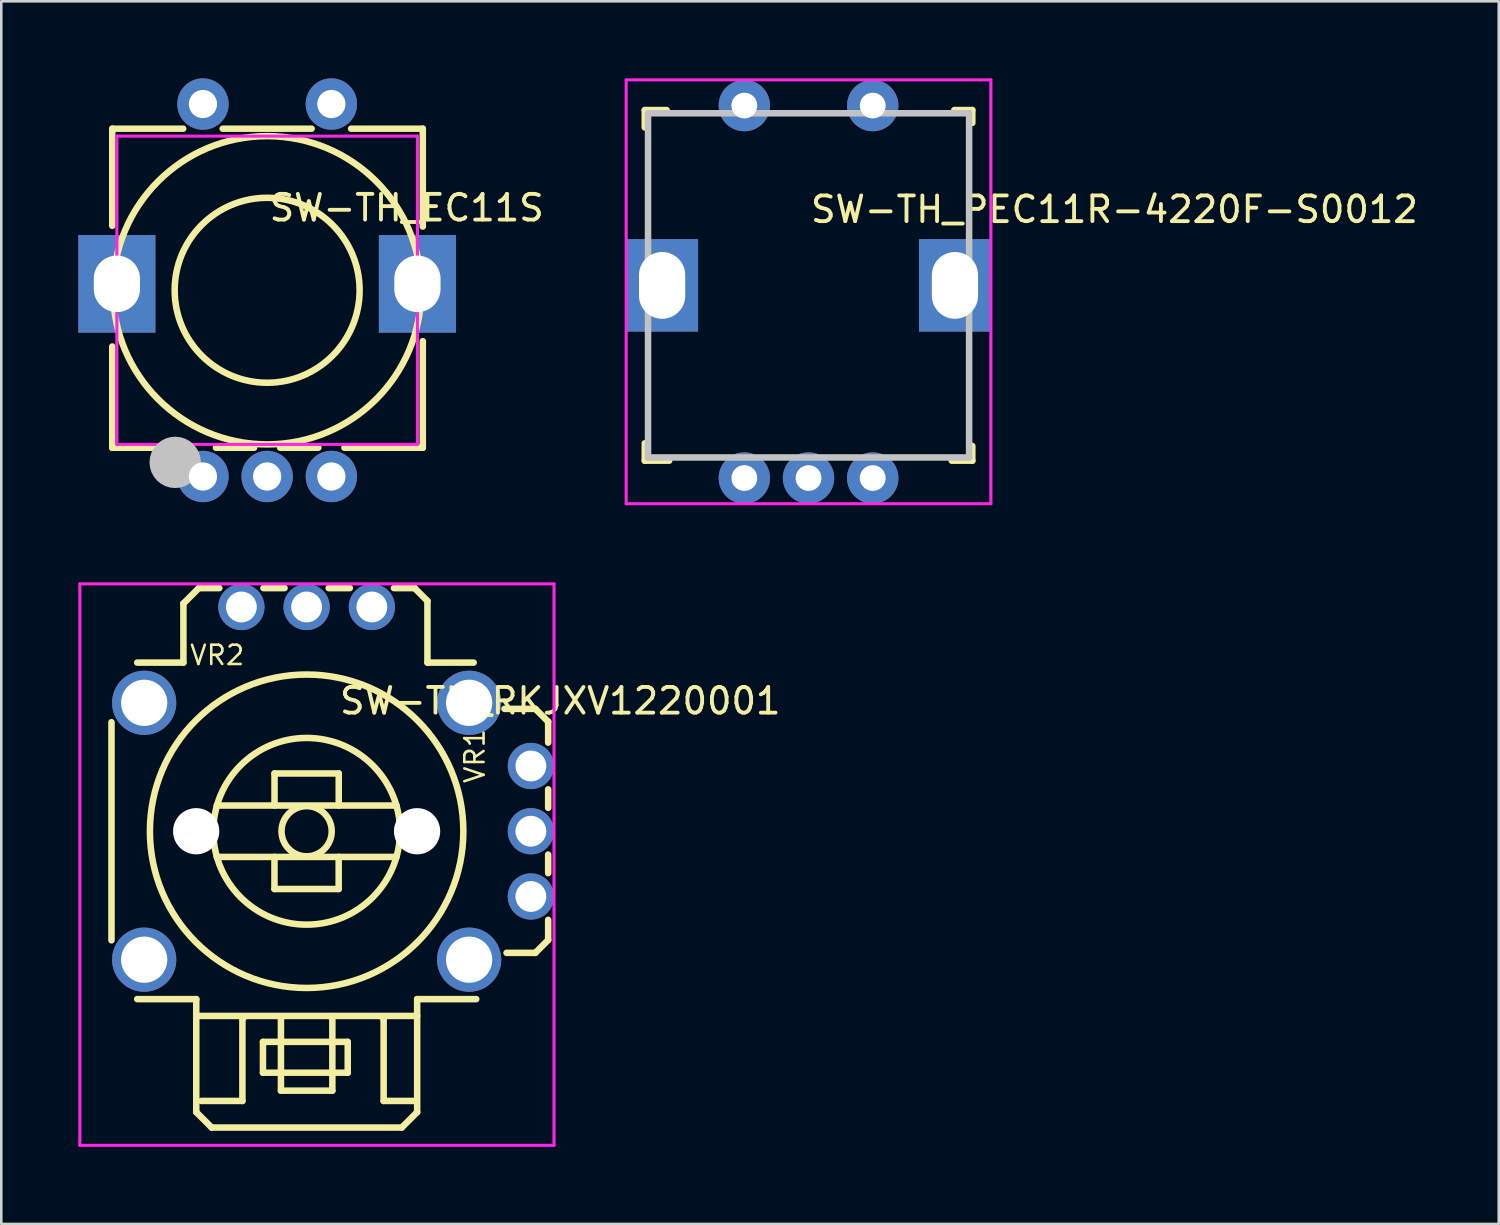
<source format=kicad_pcb>
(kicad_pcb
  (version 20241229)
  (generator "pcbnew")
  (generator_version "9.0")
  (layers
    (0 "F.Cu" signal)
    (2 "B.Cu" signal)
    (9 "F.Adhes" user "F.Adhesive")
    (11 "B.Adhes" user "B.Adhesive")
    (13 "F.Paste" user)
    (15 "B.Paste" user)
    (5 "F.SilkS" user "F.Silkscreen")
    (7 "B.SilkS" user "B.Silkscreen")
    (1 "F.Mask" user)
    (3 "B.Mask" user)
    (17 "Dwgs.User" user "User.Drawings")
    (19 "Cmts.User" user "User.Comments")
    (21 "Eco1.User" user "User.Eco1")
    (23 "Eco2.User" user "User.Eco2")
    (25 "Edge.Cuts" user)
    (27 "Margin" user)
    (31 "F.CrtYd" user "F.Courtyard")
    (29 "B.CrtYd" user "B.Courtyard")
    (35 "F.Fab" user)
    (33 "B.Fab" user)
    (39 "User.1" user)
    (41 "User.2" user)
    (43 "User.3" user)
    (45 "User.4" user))
  (footprint "SW-TH_RKJXV1220001"
    (layer "F.Cu")
    (at 10.09 27.445)
    (property "Reference" "SW-TH_RKJXV1220001" (at 0 -3.207 0) (layer "F.SilkS") (effects (font (size 1 1) (thickness 0.15)) (justify left)))
    (attr through_hole)
    (fp_line (start -8.8 -2.38) (end -8.8 6.11) (stroke (width 0.254) (type solid)) (layer "F.SilkS"))
    (fp_line (start -7.8 -4.7) (end -6 -4.7) (stroke (width 0.254) (type solid)) (layer "F.SilkS"))
    (fp_line (start -6 -7) (end -5.4 -7.6) (stroke (width 0.254) (type solid)) (layer "F.SilkS"))
    (fp_line (start -6 -4.7) (end -6 -7) (stroke (width 0.254) (type solid)) (layer "F.SilkS"))
    (fp_line (start -5.5 8.4) (end -7.8 8.4) (stroke (width 0.254) (type solid)) (layer "F.SilkS"))
    (fp_line (start -5.5 9.054) (end 3.1 9.054) (stroke (width 0.254) (type solid)) (layer "F.SilkS"))
    (fp_line (start -5.5 12.8) (end -5.5 8.4) (stroke (width 0.254) (type solid)) (layer "F.SilkS"))
    (fp_line (start -5.4 -7.6) (end -4.602 -7.6) (stroke (width 0.254) (type solid)) (layer "F.SilkS"))
    (fp_line (start -4.9 13.4) (end -5.5 12.8) (stroke (width 0.254) (type solid)) (layer "F.SilkS"))
    (fp_line (start -4.703 0.865) (end 2.297 0.865) (stroke (width 0.254) (type solid)) (layer "F.SilkS"))
    (fp_line (start -4.703 2.866) (end 2.297 2.865) (stroke (width 0.254) (type solid)) (layer "F.SilkS"))
    (fp_line (start -3.703 9.165) (end -3.703 12.365) (stroke (width 0.254) (type solid)) (layer "F.SilkS"))
    (fp_line (start -3.703 12.365) (end -5.303 12.365) (stroke (width 0.254) (type solid)) (layer "F.SilkS"))
    (fp_line (start -3.603 9.065) (end -3.703 9.165) (stroke (width 0.254) (type solid)) (layer "F.SilkS"))
    (fp_line (start -2.903 10.065) (end 0.397 10.065) (stroke (width 0.254) (type solid)) (layer "F.SilkS"))
    (fp_line (start -2.903 11.265) (end -2.903 10.065) (stroke (width 0.254) (type solid)) (layer "F.SilkS"))
    (fp_line (start -2.884 -7.6) (end -2.062 -7.6) (stroke (width 0.254) (type solid)) (layer "F.SilkS"))
    (fp_line (start -2.455 4.113) (end -2.455 2.863) (stroke (width 0.254) (type solid)) (layer "F.SilkS"))
    (fp_line (start -2.453 -0.385) (end 0.047 -0.385) (stroke (width 0.254) (type solid)) (layer "F.SilkS"))
    (fp_line (start -2.453 0.865) (end -2.453 -0.385) (stroke (width 0.254) (type solid)) (layer "F.SilkS"))
    (fp_line (start -2.203 9.066) (end -2.203 11.964) (stroke (width 0.254) (type solid)) (layer "F.SilkS"))
    (fp_line (start -2.203 11.964) (end -0.202 11.964) (stroke (width 0.254) (type solid)) (layer "F.SilkS"))
    (fp_line (start -0.344 -7.6) (end 0.478 -7.6) (stroke (width 0.254) (type solid)) (layer "F.SilkS"))
    (fp_line (start -0.202 9.066) (end -0.303 9.066) (stroke (width 0.254) (type solid)) (layer "F.SilkS"))
    (fp_line (start -0.202 11.964) (end -0.202 9.066) (stroke (width 0.254) (type solid)) (layer "F.SilkS"))
    (fp_line (start 0.045 2.863) (end 0.045 4.113) (stroke (width 0.254) (type solid)) (layer "F.SilkS"))
    (fp_line (start 0.045 4.113) (end -2.455 4.113) (stroke (width 0.254) (type solid)) (layer "F.SilkS"))
    (fp_line (start 0.047 -0.385) (end 0.047 0.865) (stroke (width 0.254) (type solid)) (layer "F.SilkS"))
    (fp_line (start 0.397 10.065) (end 0.397 11.265) (stroke (width 0.254) (type solid)) (layer "F.SilkS"))
    (fp_line (start 0.397 11.265) (end -2.903 11.265) (stroke (width 0.254) (type solid)) (layer "F.SilkS"))
    (fp_line (start 1.695 9.064) (end 1.795 9.164) (stroke (width 0.254) (type solid)) (layer "F.SilkS"))
    (fp_line (start 1.795 9.164) (end 1.795 12.364) (stroke (width 0.254) (type solid)) (layer "F.SilkS"))
    (fp_line (start 1.795 12.364) (end 3 12.364) (stroke (width 0.254) (type solid)) (layer "F.SilkS"))
    (fp_line (start 2.196 -7.6) (end 3 -7.6) (stroke (width 0.254) (type solid)) (layer "F.SilkS"))
    (fp_line (start 2.5 13.4) (end -4.9 13.4) (stroke (width 0.254) (type solid)) (layer "F.SilkS"))
    (fp_line (start 3 -7.6) (end 3.5 -7.1) (stroke (width 0.254) (type solid)) (layer "F.SilkS"))
    (fp_line (start 3.1 8.4) (end 3.1 12.8) (stroke (width 0.254) (type solid)) (layer "F.SilkS"))
    (fp_line (start 3.1 12.8) (end 2.5 13.4) (stroke (width 0.254) (type solid)) (layer "F.SilkS"))
    (fp_line (start 3.5 -7.1) (end 3.5 -4.7) (stroke (width 0.254) (type solid)) (layer "F.SilkS"))
    (fp_line (start 3.5 -4.7) (end 5.3 -4.7) (stroke (width 0.254) (type solid)) (layer "F.SilkS"))
    (fp_line (start 5.4 8.4) (end 3.1 8.4) (stroke (width 0.254) (type solid)) (layer "F.SilkS"))
    (fp_line (start 6.5 -2.9) (end 7.7 -2.9) (stroke (width 0.254) (type solid)) (layer "F.SilkS"))
    (fp_line (start 7.7 -2.9) (end 8.2 -2.4) (stroke (width 0.254) (type solid)) (layer "F.SilkS"))
    (fp_line (start 7.7 6.6) (end 6.58 6.6) (stroke (width 0.254) (type solid)) (layer "F.SilkS"))
    (fp_line (start 8.2 -2.4) (end 8.2 -1.584) (stroke (width 0.254) (type solid)) (layer "F.SilkS"))
    (fp_line (start 8.2 0.234) (end 8.2 0.956) (stroke (width 0.254) (type solid)) (layer "F.SilkS"))
    (fp_line (start 8.2 2.774) (end 8.2 3.496) (stroke (width 0.254) (type solid)) (layer "F.SilkS"))
    (fp_line (start 8.2 5.314) (end 8.2 6.1) (stroke (width 0.254) (type solid)) (layer "F.SilkS"))
    (fp_line (start 8.2 6.1) (end 7.7 6.6) (stroke (width 0.254) (type solid)) (layer "F.SilkS"))
    (fp_circle (center -1.203 1.865) (end -0.226 1.865) (stroke (width 0.254) (type solid)) (fill no) (layer "F.SilkS"))
    (fp_circle (center -1.203 1.865) (end 4.898 1.865) (stroke (width 0.254) (type solid)) (fill no) (layer "F.SilkS"))
    (fp_circle (center -1.201 1.867) (end 2.433 1.867) (stroke (width 0.254) (type solid)) (fill no) (layer "F.SilkS"))
    (fp_circle (center -7.527 -3.135) (end -7.127 -3.135) (stroke (width 0.8) (type solid)) (fill no) (layer "Eco2.User"))
    (fp_circle (center -7.527 6.865) (end -7.127 6.865) (stroke (width 0.8) (type solid)) (fill no) (layer "Eco2.User"))
    (fp_circle (center -5.503 1.865) (end -5.102 1.865) (stroke (width 0.8) (type solid)) (fill no) (layer "Eco2.User"))
    (fp_circle (center -3.743 -6.865) (end -3.493 -6.865) (stroke (width 0.5) (type solid)) (fill no) (layer "Eco2.User"))
    (fp_circle (center -1.203 -6.865) (end -0.953 -6.865) (stroke (width 0.5) (type solid)) (fill no) (layer "Eco2.User"))
    (fp_circle (center 1.337 -6.865) (end 1.587 -6.865) (stroke (width 0.5) (type solid)) (fill no) (layer "Eco2.User"))
    (fp_circle (center 3.097 1.865) (end 3.497 1.865) (stroke (width 0.8) (type solid)) (fill no) (layer "Eco2.User"))
    (fp_circle (center 5.123 -3.135) (end 5.523 -3.135) (stroke (width 0.8) (type solid)) (fill no) (layer "Eco2.User"))
    (fp_circle (center 5.123 6.865) (end 5.523 6.865) (stroke (width 0.8) (type solid)) (fill no) (layer "Eco2.User"))
    (fp_circle (center 7.527 -0.675) (end 7.777 -0.675) (stroke (width 0.5) (type solid)) (fill no) (layer "Eco2.User"))
    (fp_circle (center 7.527 1.865) (end 7.777 1.865) (stroke (width 0.5) (type solid)) (fill no) (layer "Eco2.User"))
    (fp_circle (center 7.527 4.405) (end 7.777 4.405) (stroke (width 0.5) (type solid)) (fill no) (layer "Eco2.User"))
    (fp_circle (center 8.427 14.092) (end 8.457 14.092) (stroke (width 0.06) (type solid)) (fill no) (layer "Eco2.User"))
    (fp_line (start -10.03 -7.765) (end 8.427 -7.765) (stroke (width 0.12) (type solid)) (layer "F.CrtYd"))
    (fp_line (start -10.03 14.092) (end -10.03 -7.765) (stroke (width 0.12) (type solid)) (layer "F.CrtYd"))
    (fp_line (start 8.427 -7.765) (end 8.427 14.092) (stroke (width 0.12) (type solid)) (layer "F.CrtYd"))
    (fp_line (start 8.427 14.092) (end -10.03 14.092) (stroke (width 0.12) (type solid)) (layer "F.CrtYd"))
    (fp_text user "VR1" (at 5.343 0.056 90) (layer "F.SilkS") (effects (font (size 0.75 0.75) (thickness 0.1)) (justify left)))
    (fp_text user "VR2" (at -5.803 -4.989 0) (layer "F.SilkS") (effects (font (size 0.75 0.75) (thickness 0.1)) (justify left)))
    (pad "" np_thru_hole circle (at -5.503 1.865) (size 1.8 1.8) (drill 1.8) (layers "*.Cu" "*.Mask"))
    (pad "" np_thru_hole circle (at 3.097 1.865) (size 1.8 1.8) (drill 1.8) (layers "*.Cu" "*.Mask"))
    (pad "1" thru_hole circle (at 7.527 4.405) (size 1.8 1.8) (drill 1.2) (layers "*.Cu" "*.Mask"))
    (pad "2" thru_hole circle (at 7.527 1.865) (size 1.8 1.8) (drill 1.2) (layers "*.Cu" "*.Mask"))
    (pad "3" thru_hole circle (at 7.527 -0.675) (size 1.8 1.8) (drill 1.2) (layers "*.Cu" "*.Mask"))
    (pad "4" thru_hole circle (at 1.337 -6.865) (size 1.8 1.8) (drill 1.2) (layers "*.Cu" "*.Mask"))
    (pad "5" thru_hole circle (at -1.203 -6.865) (size 1.8 1.8) (drill 1.2) (layers "*.Cu" "*.Mask"))
    (pad "6" thru_hole circle (at -3.743 -6.865) (size 1.8 1.8) (drill 1.2) (layers "*.Cu" "*.Mask"))
    (pad "7" thru_hole circle (at -7.527 -3.135) (size 2.5 2.5) (drill 1.8) (layers "*.Cu" "*.Mask"))
    (pad "8" thru_hole circle (at -7.527 6.865) (size 2.5 2.5) (drill 1.8) (layers "*.Cu" "*.Mask"))
    (pad "9" thru_hole circle (at 5.123 6.865) (size 2.5 2.5) (drill 1.8) (layers "*.Cu" "*.Mask"))
    (pad "10" thru_hole circle (at 5.123 -3.135) (size 2.5 2.5) (drill 1.8) (layers "*.Cu" "*.Mask")))
  (footprint "SW-TH_EC11S"
    (layer "F.Cu")
    (at 7.35 8.25)
    (property "Reference" "SW-TH_EC11S" (at 0 -3.207 0) (layer "F.SilkS") (effects (font (size 1 1) (thickness 0.15)) (justify left)))
    (attr through_hole)
    (fp_line (start -6.03 -6.29) (end -3.269 -6.29) (stroke (width 0.254) (type solid)) (layer "F.SilkS"))
    (fp_line (start -6.03 -2.51) (end -6.03 -6.29) (stroke (width 0.254) (type solid)) (layer "F.SilkS"))
    (fp_line (start -6.03 6.13) (end -6.03 2.19) (stroke (width 0.254) (type solid)) (layer "F.SilkS"))
    (fp_line (start -3.008 6.13) (end -6.03 6.13) (stroke (width 0.254) (type solid)) (layer "F.SilkS"))
    (fp_line (start -1.731 -6.29) (end 1.731 -6.29) (stroke (width 0.254) (type solid)) (layer "F.SilkS"))
    (fp_line (start -0.508 6.13) (end -1.992 6.13) (stroke (width 0.254) (type solid)) (layer "F.SilkS"))
    (fp_line (start 1.992 6.13) (end 0.508 6.13) (stroke (width 0.254) (type solid)) (layer "F.SilkS"))
    (fp_line (start 3.269 -6.29) (end 6.06 -6.29) (stroke (width 0.254) (type solid)) (layer "F.SilkS"))
    (fp_line (start 6.06 -6.29) (end 6.06 -2.481) (stroke (width 0.254) (type solid)) (layer "F.SilkS"))
    (fp_line (start 6.06 1.981) (end 6.06 6.13) (stroke (width 0.254) (type solid)) (layer "F.SilkS"))
    (fp_line (start 6.06 6.13) (end 3.008 6.13) (stroke (width 0.254) (type solid)) (layer "F.SilkS"))
    (fp_circle (center 0 0) (end 3.6 0) (stroke (width 0.254) (type solid)) (fill no) (layer "F.SilkS"))
    (fp_circle (center 0 0) (end 6 0) (stroke (width 0.254) (type solid)) (fill no) (layer "F.SilkS"))
    (fp_circle (center -3.58 6.7) (end -3.08 6.7) (stroke (width 1) (type solid)) (fill no) (layer "Dwgs.User"))
    (fp_line (start -2.95 -7.441) (end -2.95 -5.79) (stroke (width 0.12) (type solid)) (layer "Eco2.User"))
    (fp_line (start -2.95 -5.79) (end -2.05 -5.79) (stroke (width 0.12) (type solid)) (layer "Eco2.User"))
    (fp_line (start -2.95 5.79) (end -2.95 7.06) (stroke (width 0.12) (type solid)) (layer "Eco2.User"))
    (fp_line (start -2.95 7.06) (end -2.95 7.441) (stroke (width 0.12) (type solid)) (layer "Eco2.User"))
    (fp_line (start -2.95 7.441) (end -2.05 7.441) (stroke (width 0.12) (type solid)) (layer "Eco2.User"))
    (fp_line (start -2.05 -7.441) (end -2.95 -7.441) (stroke (width 0.12) (type solid)) (layer "Eco2.User"))
    (fp_line (start -2.05 -7.06) (end -2.05 -7.441) (stroke (width 0.12) (type solid)) (layer "Eco2.User"))
    (fp_line (start -2.05 -5.79) (end -2.05 -7.06) (stroke (width 0.12) (type solid)) (layer "Eco2.User"))
    (fp_line (start -2.05 5.79) (end -2.95 5.79) (stroke (width 0.12) (type solid)) (layer "Eco2.User"))
    (fp_line (start -2.05 7.441) (end -2.05 5.79) (stroke (width 0.12) (type solid)) (layer "Eco2.User"))
    (fp_line (start -0.45 5.79) (end -0.45 7.06) (stroke (width 0.12) (type solid)) (layer "Eco2.User"))
    (fp_line (start -0.45 7.06) (end -0.45 7.441) (stroke (width 0.12) (type solid)) (layer "Eco2.User"))
    (fp_line (start -0.45 7.441) (end 0.45 7.441) (stroke (width 0.12) (type solid)) (layer "Eco2.User"))
    (fp_line (start 0.45 5.79) (end -0.45 5.79) (stroke (width 0.12) (type solid)) (layer "Eco2.User"))
    (fp_line (start 0.45 7.441) (end 0.45 5.79) (stroke (width 0.12) (type solid)) (layer "Eco2.User"))
    (fp_line (start 2.05 -7.441) (end 2.05 -5.79) (stroke (width 0.12) (type solid)) (layer "Eco2.User"))
    (fp_line (start 2.05 -5.79) (end 2.95 -5.79) (stroke (width 0.12) (type solid)) (layer "Eco2.User"))
    (fp_line (start 2.05 5.79) (end 2.05 7.06) (stroke (width 0.12) (type solid)) (layer "Eco2.User"))
    (fp_line (start 2.05 7.06) (end 2.05 7.441) (stroke (width 0.12) (type solid)) (layer "Eco2.User"))
    (fp_line (start 2.05 7.441) (end 2.95 7.441) (stroke (width 0.12) (type solid)) (layer "Eco2.User"))
    (fp_line (start 2.95 -7.441) (end 2.05 -7.441) (stroke (width 0.12) (type solid)) (layer "Eco2.User"))
    (fp_line (start 2.95 -7.06) (end 2.95 -7.441) (stroke (width 0.12) (type solid)) (layer "Eco2.User"))
    (fp_line (start 2.95 -5.79) (end 2.95 -7.06) (stroke (width 0.12) (type solid)) (layer "Eco2.User"))
    (fp_line (start 2.95 5.79) (end 2.05 5.79) (stroke (width 0.12) (type solid)) (layer "Eco2.User"))
    (fp_line (start 2.95 7.441) (end 2.95 5.79) (stroke (width 0.12) (type solid)) (layer "Eco2.User"))
    (fp_circle (center -6.05 7.45) (end -6.02 7.45) (stroke (width 0.06) (type solid)) (fill no) (layer "Eco2.User"))
    (fp_poly (pts (xy -6.05 -1.25) (xy -5.65 -1.25) (xy -5.65 0.75) (xy -6.05 0.75)) (stroke (width 0.12) (type solid)) (fill no) (layer "Eco2.User"))
    (fp_poly (pts (xy -2.05 -7.05) (xy -2.95 -7.05) (xy -2.95 -7.45) (xy -2.05 -7.45)) (stroke (width 0.12) (type solid)) (fill no) (layer "Eco2.User"))
    (fp_poly (pts (xy -2.05 7.45) (xy -2.95 7.45) (xy -2.95 7.05) (xy -2.05 7.05)) (stroke (width 0.12) (type solid)) (fill no) (layer "Eco2.User"))
    (fp_poly (pts (xy 0.45 7.45) (xy -0.45 7.45) (xy -0.45 7.05) (xy 0.45 7.05)) (stroke (width 0.12) (type solid)) (fill no) (layer "Eco2.User"))
    (fp_poly (pts (xy 2.95 -7.05) (xy 2.05 -7.05) (xy 2.05 -7.45) (xy 2.95 -7.45)) (stroke (width 0.12) (type solid)) (fill no) (layer "Eco2.User"))
    (fp_poly (pts (xy 2.95 7.45) (xy 2.05 7.45) (xy 2.05 7.05) (xy 2.95 7.05)) (stroke (width 0.12) (type solid)) (fill no) (layer "Eco2.User"))
    (fp_poly (pts (xy 6.05 0.75) (xy 5.65 0.75) (xy 5.65 -1.25) (xy 6.05 -1.25)) (stroke (width 0.12) (type solid)) (fill no) (layer "Eco2.User"))
    (fp_line (start -5.85 -6) (end 5.85 -6) (stroke (width 0.12) (type solid)) (layer "F.CrtYd"))
    (fp_line (start -5.85 6) (end -5.85 -6) (stroke (width 0.12) (type solid)) (layer "F.CrtYd"))
    (fp_line (start 5.85 -6) (end 5.85 6) (stroke (width 0.12) (type solid)) (layer "F.CrtYd"))
    (fp_line (start 5.85 6) (end -5.85 6) (stroke (width 0.12) (type solid)) (layer "F.CrtYd"))
    (pad "1" thru_hole circle (at -2.5 7.25 180) (size 2 2) (drill 1.1) (layers "*.Cu" "*.Mask"))
    (pad "2" thru_hole circle (at 0 7.25 180) (size 2 2) (drill 1.1) (layers "*.Cu" "*.Mask"))
    (pad "3" thru_hole circle (at 2.5 7.25 180) (size 2 2) (drill 1.1) (layers "*.Cu" "*.Mask"))
    (pad "4" thru_hole circle (at 2.5 -7.25 180) (size 2 2) (drill 1.1) (layers "*.Cu" "*.Mask"))
    (pad "5" thru_hole circle (at -2.5 -7.25 180) (size 2 2) (drill 1.1) (layers "*.Cu" "*.Mask"))
    (pad "6" thru_hole rect (at -5.85 -0.25) (size 3 3.8) (drill oval 1.8 2.2) (layers "*.Cu" "*.Mask"))
    (pad "7" thru_hole rect (at 5.85 -0.25 180) (size 3 3.8) (drill oval 1.8 2.2) (layers "*.Cu" "*.Mask")))
  (footprint "SW-TH_PEC11R-4220F-S0012"
    (layer "F.Cu")
    (at 28.426 8.31)
    (property "Reference" "SW-TH_PEC11R-4220F-S0012" (at 0 -3.207 0) (layer "F.SilkS") (effects (font (size 1 1) (thickness 0.15)) (justify left)))
    (attr through_hole)
    (fp_line (start -6.375 -7.075) (end -6.375 -6.4) (stroke (width 0.254) (type solid)) (layer "F.SilkS"))
    (fp_line (start -6.375 6.575) (end -6.375 5.899) (stroke (width 0.254) (type solid)) (layer "F.SilkS"))
    (fp_line (start -5.524 -7.075) (end -6.375 -7.075) (stroke (width 0.254) (type solid)) (layer "F.SilkS"))
    (fp_line (start -5.425 6.575) (end -6.375 6.575) (stroke (width 0.254) (type solid)) (layer "F.SilkS"))
    (fp_line (start 5.674 -7.075) (end 6.375 -7.075) (stroke (width 0.254) (type solid)) (layer "F.SilkS"))
    (fp_line (start 6.375 -7.075) (end 6.375 -6.575) (stroke (width 0.254) (type solid)) (layer "F.SilkS"))
    (fp_line (start 6.375 6.001) (end 6.375 6.575) (stroke (width 0.254) (type solid)) (layer "F.SilkS"))
    (fp_line (start 6.375 6.575) (end 5.575 6.575) (stroke (width 0.254) (type solid)) (layer "F.SilkS"))
    (fp_line (start -6.248 -6.951) (end 6.251 -6.951) (stroke (width 0.254) (type solid)) (layer "Dwgs.User"))
    (fp_line (start -6.248 6.45) (end -6.248 -6.951) (stroke (width 0.254) (type solid)) (layer "Dwgs.User"))
    (fp_line (start 6.251 -6.951) (end 6.251 6.45) (stroke (width 0.254) (type solid)) (layer "Dwgs.User"))
    (fp_line (start 6.251 6.45) (end -6.248 6.45) (stroke (width 0.254) (type solid)) (layer "Dwgs.User"))
    (fp_circle (center -7.099 -8.25) (end -7.069 -8.25) (stroke (width 0.06) (type solid)) (fill no) (layer "Eco2.User"))
    (fp_poly (pts (xy -6.42 0.151) (xy -6.42 -0.649) (xy -4.98 -0.649) (xy -4.98 0.151)) (stroke (width 0.12) (type solid)) (fill no) (layer "Eco2.User"))
    (fp_poly (pts (xy -2.502 -7.65) (xy -2.497 -7.65) (xy -2.497 -6.85) (xy -2.502 -6.85)) (stroke (width 0.12) (type solid)) (fill no) (layer "Eco2.User"))
    (fp_poly (pts (xy -2.502 6.85) (xy -2.497 6.85) (xy -2.497 7.65) (xy -2.502 7.65)) (stroke (width 0.12) (type solid)) (fill no) (layer "Eco2.User"))
    (fp_poly (pts (xy -0.003 6.85) (xy 0.003 6.85) (xy 0.003 7.65) (xy -0.003 7.65)) (stroke (width 0.12) (type solid)) (fill no) (layer "Eco2.User"))
    (fp_poly (pts (xy 2.497 -7.65) (xy 2.502 -7.65) (xy 2.502 -6.85) (xy 2.497 -6.85)) (stroke (width 0.12) (type solid)) (fill no) (layer "Eco2.User"))
    (fp_poly (pts (xy 2.497 6.85) (xy 2.502 6.85) (xy 2.502 7.65) (xy 2.497 7.65)) (stroke (width 0.12) (type solid)) (fill no) (layer "Eco2.User"))
    (fp_poly (pts (xy 4.98 0.151) (xy 4.98 -0.649) (xy 6.42 -0.649) (xy 6.42 0.151)) (stroke (width 0.12) (type solid)) (fill no) (layer "Eco2.User"))
    (fp_line (start -7.099 -8.25) (end 7.099 -8.25) (stroke (width 0.12) (type solid)) (layer "F.CrtYd"))
    (fp_line (start -7.099 8.25) (end -7.099 -8.25) (stroke (width 0.12) (type solid)) (layer "F.CrtYd"))
    (fp_line (start 7.099 -8.25) (end 7.099 8.25) (stroke (width 0.12) (type solid)) (layer "F.CrtYd"))
    (fp_line (start 7.099 8.25) (end -7.099 8.25) (stroke (width 0.12) (type solid)) (layer "F.CrtYd"))
    (pad "1" thru_hole circle (at -2.499 7.25) (size 2 2) (drill oval 1.005 1) (layers "*.Cu" "*.Mask"))
    (pad "2" thru_hole circle (at 0 7.25) (size 2 2) (drill oval 1.005 1) (layers "*.Cu" "*.Mask"))
    (pad "3" thru_hole circle (at 2.499 7.25) (size 2 2) (drill oval 1.005 1) (layers "*.Cu" "*.Mask"))
    (pad "4" thru_hole circle (at 2.499 -7.25) (size 2 2) (drill oval 1.005 1) (layers "*.Cu" "*.Mask"))
    (pad "5" thru_hole circle (at -2.499 -7.25) (size 2 2) (drill oval 1.005 1) (layers "*.Cu" "*.Mask"))
    (pad "6" thru_hole rect (at -5.7 -0.25) (size 2.8 3.6) (drill oval 1.8 2.6) (layers "*.Cu" "*.Mask"))
    (pad "7" thru_hole rect (at 5.7 -0.25) (size 2.8 3.6) (drill oval 1.8 2.6) (layers "*.Cu" "*.Mask")))
  (gr_rect
    (start -3 -3)
    (end 55.295 44.597)
    (stroke (width 0.1) (type default))
    (fill no)
    (layer "Edge.Cuts")))
</source>
